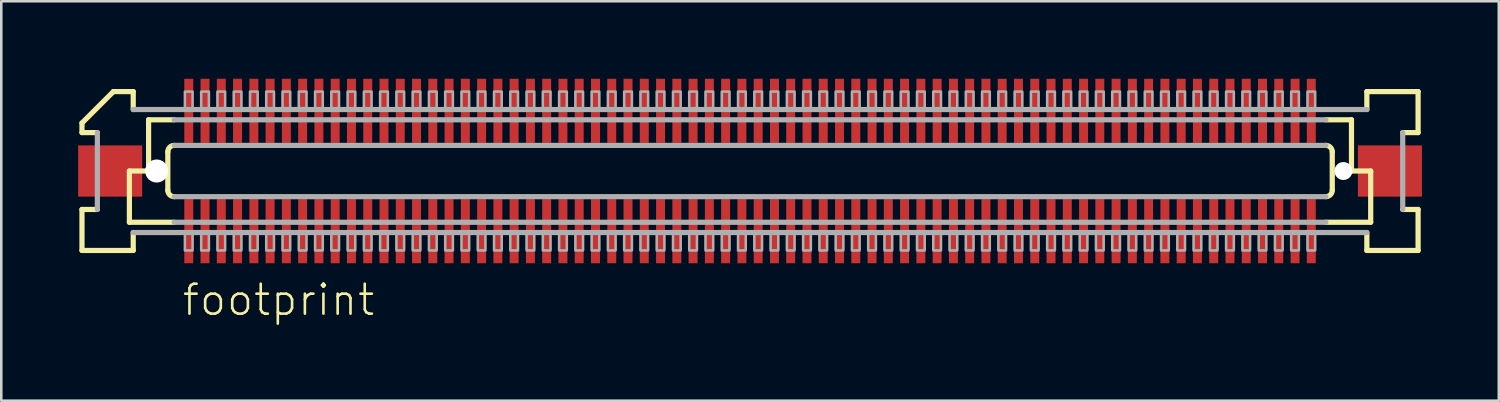
<source format=kicad_pcb>
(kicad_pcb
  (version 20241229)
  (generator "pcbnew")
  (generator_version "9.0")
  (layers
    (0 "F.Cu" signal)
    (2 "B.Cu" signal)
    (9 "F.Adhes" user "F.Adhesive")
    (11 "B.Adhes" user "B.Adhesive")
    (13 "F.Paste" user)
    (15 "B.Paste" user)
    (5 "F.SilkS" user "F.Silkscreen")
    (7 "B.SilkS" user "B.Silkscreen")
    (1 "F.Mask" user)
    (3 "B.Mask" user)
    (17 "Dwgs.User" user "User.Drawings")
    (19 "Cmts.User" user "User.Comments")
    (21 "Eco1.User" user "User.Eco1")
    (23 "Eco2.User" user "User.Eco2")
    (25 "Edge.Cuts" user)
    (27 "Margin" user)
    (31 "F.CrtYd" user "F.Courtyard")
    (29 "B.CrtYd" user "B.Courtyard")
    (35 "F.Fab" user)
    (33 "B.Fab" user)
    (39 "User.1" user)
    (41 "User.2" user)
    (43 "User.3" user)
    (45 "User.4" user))
  (footprint "footprint"
    (layer "F.Cu")
    (at 26.225 3.625)
    (property "Reference" "footprint" (at -22.225 5.715 0) (layer "F.SilkS") (effects (font (size 1.168 1.168) (thickness 0.102)) (justify left bottom)))
    (fp_poly (pts (xy -22.108 -1.075) (xy -21.707 -1.075) (xy -21.707 -3.625) (xy -22.108 -3.625)) (stroke (width 0) (type solid)) (fill yes) (layer "F.Mask"))
    (fp_poly (pts (xy -21.707 1.075) (xy -22.108 1.075) (xy -22.108 3.625) (xy -21.707 3.625)) (stroke (width 0) (type solid)) (fill yes) (layer "F.Mask"))
    (fp_poly (pts (xy -21.473 -1.075) (xy -21.073 -1.075) (xy -21.073 -3.625) (xy -21.473 -3.625)) (stroke (width 0) (type solid)) (fill yes) (layer "F.Mask"))
    (fp_poly (pts (xy -21.073 1.075) (xy -21.473 1.075) (xy -21.473 3.625) (xy -21.073 3.625)) (stroke (width 0) (type solid)) (fill yes) (layer "F.Mask"))
    (fp_poly (pts (xy -20.837 -1.075) (xy -20.438 -1.075) (xy -20.438 -3.625) (xy -20.837 -3.625)) (stroke (width 0) (type solid)) (fill yes) (layer "F.Mask"))
    (fp_poly (pts (xy -20.438 1.075) (xy -20.837 1.075) (xy -20.837 3.625) (xy -20.438 3.625)) (stroke (width 0) (type solid)) (fill yes) (layer "F.Mask"))
    (fp_poly (pts (xy -20.203 -1.075) (xy -19.802 -1.075) (xy -19.802 -3.625) (xy -20.203 -3.625)) (stroke (width 0) (type solid)) (fill yes) (layer "F.Mask"))
    (fp_poly (pts (xy -19.802 1.075) (xy -20.203 1.075) (xy -20.203 3.625) (xy -19.802 3.625)) (stroke (width 0) (type solid)) (fill yes) (layer "F.Mask"))
    (fp_poly (pts (xy -19.567 -1.075) (xy -19.168 -1.075) (xy -19.168 -3.625) (xy -19.567 -3.625)) (stroke (width 0) (type solid)) (fill yes) (layer "F.Mask"))
    (fp_poly (pts (xy -19.168 1.075) (xy -19.567 1.075) (xy -19.567 3.625) (xy -19.168 3.625)) (stroke (width 0) (type solid)) (fill yes) (layer "F.Mask"))
    (fp_poly (pts (xy -18.933 -1.075) (xy -18.532 -1.075) (xy -18.532 -3.625) (xy -18.933 -3.625)) (stroke (width 0) (type solid)) (fill yes) (layer "F.Mask"))
    (fp_poly (pts (xy -18.532 1.075) (xy -18.933 1.075) (xy -18.933 3.625) (xy -18.532 3.625)) (stroke (width 0) (type solid)) (fill yes) (layer "F.Mask"))
    (fp_poly (pts (xy -18.297 -1.075) (xy -17.898 -1.075) (xy -17.898 -3.625) (xy -18.297 -3.625)) (stroke (width 0) (type solid)) (fill yes) (layer "F.Mask"))
    (fp_poly (pts (xy -17.898 1.075) (xy -18.297 1.075) (xy -18.297 3.625) (xy -17.898 3.625)) (stroke (width 0) (type solid)) (fill yes) (layer "F.Mask"))
    (fp_poly (pts (xy -17.663 -1.075) (xy -17.262 -1.075) (xy -17.262 -3.625) (xy -17.663 -3.625)) (stroke (width 0) (type solid)) (fill yes) (layer "F.Mask"))
    (fp_poly (pts (xy -17.262 1.075) (xy -17.663 1.075) (xy -17.663 3.625) (xy -17.262 3.625)) (stroke (width 0) (type solid)) (fill yes) (layer "F.Mask"))
    (fp_poly (pts (xy -17.027 -1.075) (xy -16.628 -1.075) (xy -16.628 -3.625) (xy -17.027 -3.625)) (stroke (width 0) (type solid)) (fill yes) (layer "F.Mask"))
    (fp_poly (pts (xy -16.628 1.075) (xy -17.027 1.075) (xy -17.027 3.625) (xy -16.628 3.625)) (stroke (width 0) (type solid)) (fill yes) (layer "F.Mask"))
    (fp_poly (pts (xy -16.392 -1.075) (xy -15.992 -1.075) (xy -15.992 -3.625) (xy -16.392 -3.625)) (stroke (width 0) (type solid)) (fill yes) (layer "F.Mask"))
    (fp_poly (pts (xy -15.992 1.075) (xy -16.392 1.075) (xy -16.392 3.625) (xy -15.992 3.625)) (stroke (width 0) (type solid)) (fill yes) (layer "F.Mask"))
    (fp_poly (pts (xy -15.758 -1.075) (xy -15.357 -1.075) (xy -15.357 -3.625) (xy -15.758 -3.625)) (stroke (width 0) (type solid)) (fill yes) (layer "F.Mask"))
    (fp_poly (pts (xy -15.357 1.075) (xy -15.758 1.075) (xy -15.758 3.625) (xy -15.357 3.625)) (stroke (width 0) (type solid)) (fill yes) (layer "F.Mask"))
    (fp_poly (pts (xy -15.123 -1.075) (xy -14.723 -1.075) (xy -14.723 -3.625) (xy -15.123 -3.625)) (stroke (width 0) (type solid)) (fill yes) (layer "F.Mask"))
    (fp_poly (pts (xy -14.723 1.075) (xy -15.123 1.075) (xy -15.123 3.625) (xy -14.723 3.625)) (stroke (width 0) (type solid)) (fill yes) (layer "F.Mask"))
    (fp_poly (pts (xy -14.488 -1.075) (xy -14.088 -1.075) (xy -14.088 -3.625) (xy -14.488 -3.625)) (stroke (width 0) (type solid)) (fill yes) (layer "F.Mask"))
    (fp_poly (pts (xy -14.088 1.075) (xy -14.488 1.075) (xy -14.488 3.625) (xy -14.088 3.625)) (stroke (width 0) (type solid)) (fill yes) (layer "F.Mask"))
    (fp_poly (pts (xy -13.852 -1.075) (xy -13.453 -1.075) (xy -13.453 -3.625) (xy -13.852 -3.625)) (stroke (width 0) (type solid)) (fill yes) (layer "F.Mask"))
    (fp_poly (pts (xy -13.453 1.075) (xy -13.852 1.075) (xy -13.852 3.625) (xy -13.453 3.625)) (stroke (width 0) (type solid)) (fill yes) (layer "F.Mask"))
    (fp_poly (pts (xy -13.217 -1.075) (xy -12.818 -1.075) (xy -12.818 -3.625) (xy -13.217 -3.625)) (stroke (width 0) (type solid)) (fill yes) (layer "F.Mask"))
    (fp_poly (pts (xy -12.818 1.075) (xy -13.217 1.075) (xy -13.217 3.625) (xy -12.818 3.625)) (stroke (width 0) (type solid)) (fill yes) (layer "F.Mask"))
    (fp_poly (pts (xy -12.582 -1.075) (xy -12.182 -1.075) (xy -12.182 -3.625) (xy -12.582 -3.625)) (stroke (width 0) (type solid)) (fill yes) (layer "F.Mask"))
    (fp_poly (pts (xy -12.182 1.075) (xy -12.582 1.075) (xy -12.582 3.625) (xy -12.182 3.625)) (stroke (width 0) (type solid)) (fill yes) (layer "F.Mask"))
    (fp_poly (pts (xy -11.947 -1.075) (xy -11.547 -1.075) (xy -11.547 -3.625) (xy -11.947 -3.625)) (stroke (width 0) (type solid)) (fill yes) (layer "F.Mask"))
    (fp_poly (pts (xy -11.547 1.075) (xy -11.947 1.075) (xy -11.947 3.625) (xy -11.547 3.625)) (stroke (width 0) (type solid)) (fill yes) (layer "F.Mask"))
    (fp_poly (pts (xy -11.312 -1.075) (xy -10.912 -1.075) (xy -10.912 -3.625) (xy -11.312 -3.625)) (stroke (width 0) (type solid)) (fill yes) (layer "F.Mask"))
    (fp_poly (pts (xy -10.912 1.075) (xy -11.312 1.075) (xy -11.312 3.625) (xy -10.912 3.625)) (stroke (width 0) (type solid)) (fill yes) (layer "F.Mask"))
    (fp_poly (pts (xy -10.678 -1.075) (xy -10.277 -1.075) (xy -10.277 -3.625) (xy -10.678 -3.625)) (stroke (width 0) (type solid)) (fill yes) (layer "F.Mask"))
    (fp_poly (pts (xy -10.277 1.075) (xy -10.678 1.075) (xy -10.678 3.625) (xy -10.277 3.625)) (stroke (width 0) (type solid)) (fill yes) (layer "F.Mask"))
    (fp_poly (pts (xy -10.043 -1.075) (xy -9.643 -1.075) (xy -9.643 -3.625) (xy -10.043 -3.625)) (stroke (width 0) (type solid)) (fill yes) (layer "F.Mask"))
    (fp_poly (pts (xy -9.643 1.075) (xy -10.043 1.075) (xy -10.043 3.625) (xy -9.643 3.625)) (stroke (width 0) (type solid)) (fill yes) (layer "F.Mask"))
    (fp_poly (pts (xy -9.408 -1.075) (xy -9.008 -1.075) (xy -9.008 -3.625) (xy -9.408 -3.625)) (stroke (width 0) (type solid)) (fill yes) (layer "F.Mask"))
    (fp_poly (pts (xy -9.008 1.075) (xy -9.408 1.075) (xy -9.408 3.625) (xy -9.008 3.625)) (stroke (width 0) (type solid)) (fill yes) (layer "F.Mask"))
    (fp_poly (pts (xy -8.773 -1.075) (xy -8.373 -1.075) (xy -8.373 -3.625) (xy -8.773 -3.625)) (stroke (width 0) (type solid)) (fill yes) (layer "F.Mask"))
    (fp_poly (pts (xy -8.373 1.075) (xy -8.773 1.075) (xy -8.773 3.625) (xy -8.373 3.625)) (stroke (width 0) (type solid)) (fill yes) (layer "F.Mask"))
    (fp_poly (pts (xy -8.137 -1.075) (xy -7.737 -1.075) (xy -7.737 -3.625) (xy -8.137 -3.625)) (stroke (width 0) (type solid)) (fill yes) (layer "F.Mask"))
    (fp_poly (pts (xy -7.737 1.075) (xy -8.137 1.075) (xy -8.137 3.625) (xy -7.737 3.625)) (stroke (width 0) (type solid)) (fill yes) (layer "F.Mask"))
    (fp_poly (pts (xy -7.503 -1.075) (xy -7.103 -1.075) (xy -7.103 -3.625) (xy -7.503 -3.625)) (stroke (width 0) (type solid)) (fill yes) (layer "F.Mask"))
    (fp_poly (pts (xy -7.103 1.075) (xy -7.503 1.075) (xy -7.503 3.625) (xy -7.103 3.625)) (stroke (width 0) (type solid)) (fill yes) (layer "F.Mask"))
    (fp_poly (pts (xy -6.867 -1.075) (xy -6.468 -1.075) (xy -6.468 -3.625) (xy -6.867 -3.625)) (stroke (width 0) (type solid)) (fill yes) (layer "F.Mask"))
    (fp_poly (pts (xy -6.468 1.075) (xy -6.867 1.075) (xy -6.867 3.625) (xy -6.468 3.625)) (stroke (width 0) (type solid)) (fill yes) (layer "F.Mask"))
    (fp_poly (pts (xy -6.232 -1.075) (xy -5.832 -1.075) (xy -5.832 -3.625) (xy -6.232 -3.625)) (stroke (width 0) (type solid)) (fill yes) (layer "F.Mask"))
    (fp_poly (pts (xy -5.832 1.075) (xy -6.232 1.075) (xy -6.232 3.625) (xy -5.832 3.625)) (stroke (width 0) (type solid)) (fill yes) (layer "F.Mask"))
    (fp_poly (pts (xy -5.598 -1.075) (xy -5.197 -1.075) (xy -5.197 -3.625) (xy -5.598 -3.625)) (stroke (width 0) (type solid)) (fill yes) (layer "F.Mask"))
    (fp_poly (pts (xy -5.197 1.075) (xy -5.598 1.075) (xy -5.598 3.625) (xy -5.197 3.625)) (stroke (width 0) (type solid)) (fill yes) (layer "F.Mask"))
    (fp_poly (pts (xy -4.963 -1.075) (xy -4.562 -1.075) (xy -4.562 -3.625) (xy -4.963 -3.625)) (stroke (width 0) (type solid)) (fill yes) (layer "F.Mask"))
    (fp_poly (pts (xy -4.562 1.075) (xy -4.963 1.075) (xy -4.963 3.625) (xy -4.562 3.625)) (stroke (width 0) (type solid)) (fill yes) (layer "F.Mask"))
    (fp_poly (pts (xy -4.327 -1.075) (xy -3.928 -1.075) (xy -3.928 -3.625) (xy -4.327 -3.625)) (stroke (width 0) (type solid)) (fill yes) (layer "F.Mask"))
    (fp_poly (pts (xy -3.928 1.075) (xy -4.327 1.075) (xy -4.327 3.625) (xy -3.928 3.625)) (stroke (width 0) (type solid)) (fill yes) (layer "F.Mask"))
    (fp_poly (pts (xy -3.692 -1.075) (xy -3.292 -1.075) (xy -3.292 -3.625) (xy -3.692 -3.625)) (stroke (width 0) (type solid)) (fill yes) (layer "F.Mask"))
    (fp_poly (pts (xy -3.292 1.075) (xy -3.692 1.075) (xy -3.692 3.625) (xy -3.292 3.625)) (stroke (width 0) (type solid)) (fill yes) (layer "F.Mask"))
    (fp_poly (pts (xy -3.058 -1.075) (xy -2.658 -1.075) (xy -2.658 -3.625) (xy -3.058 -3.625)) (stroke (width 0) (type solid)) (fill yes) (layer "F.Mask"))
    (fp_poly (pts (xy -2.658 1.075) (xy -3.058 1.075) (xy -3.058 3.625) (xy -2.658 3.625)) (stroke (width 0) (type solid)) (fill yes) (layer "F.Mask"))
    (fp_poly (pts (xy -2.422 -1.075) (xy -2.022 -1.075) (xy -2.022 -3.625) (xy -2.422 -3.625)) (stroke (width 0) (type solid)) (fill yes) (layer "F.Mask"))
    (fp_poly (pts (xy -2.022 1.075) (xy -2.422 1.075) (xy -2.422 3.625) (xy -2.022 3.625)) (stroke (width 0) (type solid)) (fill yes) (layer "F.Mask"))
    (fp_poly (pts (xy -1.788 -1.075) (xy -1.387 -1.075) (xy -1.387 -3.625) (xy -1.788 -3.625)) (stroke (width 0) (type solid)) (fill yes) (layer "F.Mask"))
    (fp_poly (pts (xy -1.387 1.075) (xy -1.788 1.075) (xy -1.788 3.625) (xy -1.387 3.625)) (stroke (width 0) (type solid)) (fill yes) (layer "F.Mask"))
    (fp_poly (pts (xy -1.153 -1.075) (xy -0.752 -1.075) (xy -0.752 -3.625) (xy -1.153 -3.625)) (stroke (width 0) (type solid)) (fill yes) (layer "F.Mask"))
    (fp_poly (pts (xy -0.752 1.075) (xy -1.153 1.075) (xy -1.153 3.625) (xy -0.752 3.625)) (stroke (width 0) (type solid)) (fill yes) (layer "F.Mask"))
    (fp_poly (pts (xy -0.517 -1.075) (xy -0.117 -1.075) (xy -0.117 -3.625) (xy -0.517 -3.625)) (stroke (width 0) (type solid)) (fill yes) (layer "F.Mask"))
    (fp_poly (pts (xy -0.117 1.075) (xy -0.517 1.075) (xy -0.517 3.625) (xy -0.117 3.625)) (stroke (width 0) (type solid)) (fill yes) (layer "F.Mask"))
    (fp_poly (pts (xy 0.117 -1.075) (xy 0.517 -1.075) (xy 0.517 -3.625) (xy 0.117 -3.625)) (stroke (width 0) (type solid)) (fill yes) (layer "F.Mask"))
    (fp_poly (pts (xy 0.517 1.075) (xy 0.117 1.075) (xy 0.117 3.625) (xy 0.517 3.625)) (stroke (width 0) (type solid)) (fill yes) (layer "F.Mask"))
    (fp_poly (pts (xy 0.752 -1.075) (xy 1.153 -1.075) (xy 1.153 -3.625) (xy 0.752 -3.625)) (stroke (width 0) (type solid)) (fill yes) (layer "F.Mask"))
    (fp_poly (pts (xy 1.153 1.075) (xy 0.752 1.075) (xy 0.752 3.625) (xy 1.153 3.625)) (stroke (width 0) (type solid)) (fill yes) (layer "F.Mask"))
    (fp_poly (pts (xy 1.387 -1.075) (xy 1.788 -1.075) (xy 1.788 -3.625) (xy 1.387 -3.625)) (stroke (width 0) (type solid)) (fill yes) (layer "F.Mask"))
    (fp_poly (pts (xy 1.788 1.075) (xy 1.387 1.075) (xy 1.387 3.625) (xy 1.788 3.625)) (stroke (width 0) (type solid)) (fill yes) (layer "F.Mask"))
    (fp_poly (pts (xy 2.022 -1.075) (xy 2.422 -1.075) (xy 2.422 -3.625) (xy 2.022 -3.625)) (stroke (width 0) (type solid)) (fill yes) (layer "F.Mask"))
    (fp_poly (pts (xy 2.422 1.075) (xy 2.022 1.075) (xy 2.022 3.625) (xy 2.422 3.625)) (stroke (width 0) (type solid)) (fill yes) (layer "F.Mask"))
    (fp_poly (pts (xy 2.658 -1.075) (xy 3.058 -1.075) (xy 3.058 -3.625) (xy 2.658 -3.625)) (stroke (width 0) (type solid)) (fill yes) (layer "F.Mask"))
    (fp_poly (pts (xy 3.058 1.075) (xy 2.658 1.075) (xy 2.658 3.625) (xy 3.058 3.625)) (stroke (width 0) (type solid)) (fill yes) (layer "F.Mask"))
    (fp_poly (pts (xy 3.292 -1.075) (xy 3.692 -1.075) (xy 3.692 -3.625) (xy 3.292 -3.625)) (stroke (width 0) (type solid)) (fill yes) (layer "F.Mask"))
    (fp_poly (pts (xy 3.692 1.075) (xy 3.292 1.075) (xy 3.292 3.625) (xy 3.692 3.625)) (stroke (width 0) (type solid)) (fill yes) (layer "F.Mask"))
    (fp_poly (pts (xy 3.928 -1.075) (xy 4.327 -1.075) (xy 4.327 -3.625) (xy 3.928 -3.625)) (stroke (width 0) (type solid)) (fill yes) (layer "F.Mask"))
    (fp_poly (pts (xy 4.327 1.075) (xy 3.928 1.075) (xy 3.928 3.625) (xy 4.327 3.625)) (stroke (width 0) (type solid)) (fill yes) (layer "F.Mask"))
    (fp_poly (pts (xy 4.562 -1.075) (xy 4.963 -1.075) (xy 4.963 -3.625) (xy 4.562 -3.625)) (stroke (width 0) (type solid)) (fill yes) (layer "F.Mask"))
    (fp_poly (pts (xy 4.963 1.075) (xy 4.562 1.075) (xy 4.562 3.625) (xy 4.963 3.625)) (stroke (width 0) (type solid)) (fill yes) (layer "F.Mask"))
    (fp_poly (pts (xy 5.197 -1.075) (xy 5.598 -1.075) (xy 5.598 -3.625) (xy 5.197 -3.625)) (stroke (width 0) (type solid)) (fill yes) (layer "F.Mask"))
    (fp_poly (pts (xy 5.598 1.075) (xy 5.197 1.075) (xy 5.197 3.625) (xy 5.598 3.625)) (stroke (width 0) (type solid)) (fill yes) (layer "F.Mask"))
    (fp_poly (pts (xy 5.832 -1.075) (xy 6.232 -1.075) (xy 6.232 -3.625) (xy 5.832 -3.625)) (stroke (width 0) (type solid)) (fill yes) (layer "F.Mask"))
    (fp_poly (pts (xy 6.232 1.075) (xy 5.832 1.075) (xy 5.832 3.625) (xy 6.232 3.625)) (stroke (width 0) (type solid)) (fill yes) (layer "F.Mask"))
    (fp_poly (pts (xy 6.468 -1.075) (xy 6.867 -1.075) (xy 6.867 -3.625) (xy 6.468 -3.625)) (stroke (width 0) (type solid)) (fill yes) (layer "F.Mask"))
    (fp_poly (pts (xy 6.867 1.075) (xy 6.468 1.075) (xy 6.468 3.625) (xy 6.867 3.625)) (stroke (width 0) (type solid)) (fill yes) (layer "F.Mask"))
    (fp_poly (pts (xy 7.103 -1.075) (xy 7.503 -1.075) (xy 7.503 -3.625) (xy 7.103 -3.625)) (stroke (width 0) (type solid)) (fill yes) (layer "F.Mask"))
    (fp_poly (pts (xy 7.503 1.075) (xy 7.103 1.075) (xy 7.103 3.625) (xy 7.503 3.625)) (stroke (width 0) (type solid)) (fill yes) (layer "F.Mask"))
    (fp_poly (pts (xy 7.737 -1.075) (xy 8.137 -1.075) (xy 8.137 -3.625) (xy 7.737 -3.625)) (stroke (width 0) (type solid)) (fill yes) (layer "F.Mask"))
    (fp_poly (pts (xy 8.137 1.075) (xy 7.737 1.075) (xy 7.737 3.625) (xy 8.137 3.625)) (stroke (width 0) (type solid)) (fill yes) (layer "F.Mask"))
    (fp_poly (pts (xy 8.373 -1.075) (xy 8.773 -1.075) (xy 8.773 -3.625) (xy 8.373 -3.625)) (stroke (width 0) (type solid)) (fill yes) (layer "F.Mask"))
    (fp_poly (pts (xy 8.773 1.075) (xy 8.373 1.075) (xy 8.373 3.625) (xy 8.773 3.625)) (stroke (width 0) (type solid)) (fill yes) (layer "F.Mask"))
    (fp_poly (pts (xy 9.008 -1.075) (xy 9.408 -1.075) (xy 9.408 -3.625) (xy 9.008 -3.625)) (stroke (width 0) (type solid)) (fill yes) (layer "F.Mask"))
    (fp_poly (pts (xy 9.408 1.075) (xy 9.008 1.075) (xy 9.008 3.625) (xy 9.408 3.625)) (stroke (width 0) (type solid)) (fill yes) (layer "F.Mask"))
    (fp_poly (pts (xy 9.643 -1.075) (xy 10.043 -1.075) (xy 10.043 -3.625) (xy 9.643 -3.625)) (stroke (width 0) (type solid)) (fill yes) (layer "F.Mask"))
    (fp_poly (pts (xy 10.043 1.075) (xy 9.643 1.075) (xy 9.643 3.625) (xy 10.043 3.625)) (stroke (width 0) (type solid)) (fill yes) (layer "F.Mask"))
    (fp_poly (pts (xy 10.277 -1.075) (xy 10.678 -1.075) (xy 10.678 -3.625) (xy 10.277 -3.625)) (stroke (width 0) (type solid)) (fill yes) (layer "F.Mask"))
    (fp_poly (pts (xy 10.678 1.075) (xy 10.277 1.075) (xy 10.277 3.625) (xy 10.678 3.625)) (stroke (width 0) (type solid)) (fill yes) (layer "F.Mask"))
    (fp_poly (pts (xy 10.912 -1.075) (xy 11.312 -1.075) (xy 11.312 -3.625) (xy 10.912 -3.625)) (stroke (width 0) (type solid)) (fill yes) (layer "F.Mask"))
    (fp_poly (pts (xy 11.312 1.075) (xy 10.912 1.075) (xy 10.912 3.625) (xy 11.312 3.625)) (stroke (width 0) (type solid)) (fill yes) (layer "F.Mask"))
    (fp_poly (pts (xy 11.547 -1.075) (xy 11.947 -1.075) (xy 11.947 -3.625) (xy 11.547 -3.625)) (stroke (width 0) (type solid)) (fill yes) (layer "F.Mask"))
    (fp_poly (pts (xy 11.947 1.075) (xy 11.547 1.075) (xy 11.547 3.625) (xy 11.947 3.625)) (stroke (width 0) (type solid)) (fill yes) (layer "F.Mask"))
    (fp_poly (pts (xy 12.182 -1.075) (xy 12.582 -1.075) (xy 12.582 -3.625) (xy 12.182 -3.625)) (stroke (width 0) (type solid)) (fill yes) (layer "F.Mask"))
    (fp_poly (pts (xy 12.582 1.075) (xy 12.182 1.075) (xy 12.182 3.625) (xy 12.582 3.625)) (stroke (width 0) (type solid)) (fill yes) (layer "F.Mask"))
    (fp_poly (pts (xy 12.818 -1.075) (xy 13.217 -1.075) (xy 13.217 -3.625) (xy 12.818 -3.625)) (stroke (width 0) (type solid)) (fill yes) (layer "F.Mask"))
    (fp_poly (pts (xy 13.217 1.075) (xy 12.818 1.075) (xy 12.818 3.625) (xy 13.217 3.625)) (stroke (width 0) (type solid)) (fill yes) (layer "F.Mask"))
    (fp_poly (pts (xy 13.453 -1.075) (xy 13.852 -1.075) (xy 13.852 -3.625) (xy 13.453 -3.625)) (stroke (width 0) (type solid)) (fill yes) (layer "F.Mask"))
    (fp_poly (pts (xy 13.852 1.075) (xy 13.453 1.075) (xy 13.453 3.625) (xy 13.852 3.625)) (stroke (width 0) (type solid)) (fill yes) (layer "F.Mask"))
    (fp_poly (pts (xy 14.088 -1.075) (xy 14.488 -1.075) (xy 14.488 -3.625) (xy 14.088 -3.625)) (stroke (width 0) (type solid)) (fill yes) (layer "F.Mask"))
    (fp_poly (pts (xy 14.488 1.075) (xy 14.088 1.075) (xy 14.088 3.625) (xy 14.488 3.625)) (stroke (width 0) (type solid)) (fill yes) (layer "F.Mask"))
    (fp_poly (pts (xy 14.723 -1.075) (xy 15.123 -1.075) (xy 15.123 -3.625) (xy 14.723 -3.625)) (stroke (width 0) (type solid)) (fill yes) (layer "F.Mask"))
    (fp_poly (pts (xy 15.123 1.075) (xy 14.723 1.075) (xy 14.723 3.625) (xy 15.123 3.625)) (stroke (width 0) (type solid)) (fill yes) (layer "F.Mask"))
    (fp_poly (pts (xy 15.357 -1.075) (xy 15.758 -1.075) (xy 15.758 -3.625) (xy 15.357 -3.625)) (stroke (width 0) (type solid)) (fill yes) (layer "F.Mask"))
    (fp_poly (pts (xy 15.758 1.075) (xy 15.357 1.075) (xy 15.357 3.625) (xy 15.758 3.625)) (stroke (width 0) (type solid)) (fill yes) (layer "F.Mask"))
    (fp_poly (pts (xy 15.992 -1.075) (xy 16.392 -1.075) (xy 16.392 -3.625) (xy 15.992 -3.625)) (stroke (width 0) (type solid)) (fill yes) (layer "F.Mask"))
    (fp_poly (pts (xy 16.392 1.075) (xy 15.992 1.075) (xy 15.992 3.625) (xy 16.392 3.625)) (stroke (width 0) (type solid)) (fill yes) (layer "F.Mask"))
    (fp_poly (pts (xy 16.628 -1.075) (xy 17.027 -1.075) (xy 17.027 -3.625) (xy 16.628 -3.625)) (stroke (width 0) (type solid)) (fill yes) (layer "F.Mask"))
    (fp_poly (pts (xy 17.027 1.075) (xy 16.628 1.075) (xy 16.628 3.625) (xy 17.027 3.625)) (stroke (width 0) (type solid)) (fill yes) (layer "F.Mask"))
    (fp_poly (pts (xy 17.262 -1.075) (xy 17.663 -1.075) (xy 17.663 -3.625) (xy 17.262 -3.625)) (stroke (width 0) (type solid)) (fill yes) (layer "F.Mask"))
    (fp_poly (pts (xy 17.663 1.075) (xy 17.262 1.075) (xy 17.262 3.625) (xy 17.663 3.625)) (stroke (width 0) (type solid)) (fill yes) (layer "F.Mask"))
    (fp_poly (pts (xy 17.898 -1.075) (xy 18.297 -1.075) (xy 18.297 -3.625) (xy 17.898 -3.625)) (stroke (width 0) (type solid)) (fill yes) (layer "F.Mask"))
    (fp_poly (pts (xy 18.297 1.075) (xy 17.898 1.075) (xy 17.898 3.625) (xy 18.297 3.625)) (stroke (width 0) (type solid)) (fill yes) (layer "F.Mask"))
    (fp_poly (pts (xy 18.532 -1.075) (xy 18.933 -1.075) (xy 18.933 -3.625) (xy 18.532 -3.625)) (stroke (width 0) (type solid)) (fill yes) (layer "F.Mask"))
    (fp_poly (pts (xy 18.933 1.075) (xy 18.532 1.075) (xy 18.532 3.625) (xy 18.933 3.625)) (stroke (width 0) (type solid)) (fill yes) (layer "F.Mask"))
    (fp_poly (pts (xy 19.168 -1.075) (xy 19.567 -1.075) (xy 19.567 -3.625) (xy 19.168 -3.625)) (stroke (width 0) (type solid)) (fill yes) (layer "F.Mask"))
    (fp_poly (pts (xy 19.567 1.075) (xy 19.168 1.075) (xy 19.168 3.625) (xy 19.567 3.625)) (stroke (width 0) (type solid)) (fill yes) (layer "F.Mask"))
    (fp_poly (pts (xy 19.802 -1.075) (xy 20.203 -1.075) (xy 20.203 -3.625) (xy 19.802 -3.625)) (stroke (width 0) (type solid)) (fill yes) (layer "F.Mask"))
    (fp_poly (pts (xy 20.203 1.075) (xy 19.802 1.075) (xy 19.802 3.625) (xy 20.203 3.625)) (stroke (width 0) (type solid)) (fill yes) (layer "F.Mask"))
    (fp_poly (pts (xy 20.438 -1.075) (xy 20.837 -1.075) (xy 20.837 -3.625) (xy 20.438 -3.625)) (stroke (width 0) (type solid)) (fill yes) (layer "F.Mask"))
    (fp_poly (pts (xy 20.837 1.075) (xy 20.438 1.075) (xy 20.438 3.625) (xy 20.837 3.625)) (stroke (width 0) (type solid)) (fill yes) (layer "F.Mask"))
    (fp_poly (pts (xy 21.073 -1.075) (xy 21.473 -1.075) (xy 21.473 -3.625) (xy 21.073 -3.625)) (stroke (width 0) (type solid)) (fill yes) (layer "F.Mask"))
    (fp_poly (pts (xy 21.473 1.075) (xy 21.073 1.075) (xy 21.073 3.625) (xy 21.473 3.625)) (stroke (width 0) (type solid)) (fill yes) (layer "F.Mask"))
    (fp_poly (pts (xy 21.707 -1.075) (xy 22.108 -1.075) (xy 22.108 -3.625) (xy 21.707 -3.625)) (stroke (width 0) (type solid)) (fill yes) (layer "F.Mask"))
    (fp_poly (pts (xy 22.108 1.075) (xy 21.707 1.075) (xy 21.707 3.625) (xy 22.108 3.625)) (stroke (width 0) (type solid)) (fill yes) (layer "F.Mask"))
    (fp_line (start -26.075 -1.5) (end -26.075 -1.875) (stroke (width 0.203) (type solid)) (layer "F.SilkS"))
    (fp_line (start -26.075 1.5) (end -25.475 1.5) (stroke (width 0.203) (type solid)) (layer "F.SilkS"))
    (fp_line (start -26.075 3.1) (end -26.075 1.5) (stroke (width 0.203) (type solid)) (layer "F.SilkS"))
    (fp_line (start -25.475 -1.5) (end -26.075 -1.5) (stroke (width 0.203) (type solid)) (layer "F.SilkS"))
    (fp_line (start -24.85 -3.1) (end -26.075 -1.875) (stroke (width 0.203) (type solid)) (layer "F.SilkS"))
    (fp_line (start -24.85 -3.1) (end -24.075 -3.1) (stroke (width 0.203) (type solid)) (layer "F.SilkS"))
    (fp_line (start -24.225 0) (end -24.225 2) (stroke (width 0.203) (type solid)) (layer "F.SilkS"))
    (fp_line (start -24.225 2) (end -22.475 2) (stroke (width 0.203) (type solid)) (layer "F.SilkS"))
    (fp_line (start -24.075 -3.1) (end -24.075 -2.4) (stroke (width 0.203) (type solid)) (layer "F.SilkS"))
    (fp_line (start -24.075 2.4) (end -24.075 3.1) (stroke (width 0.203) (type solid)) (layer "F.SilkS"))
    (fp_line (start -24.075 3.1) (end -26.075 3.1) (stroke (width 0.203) (type solid)) (layer "F.SilkS"))
    (fp_line (start -23.475 -2) (end -23.475 0) (stroke (width 0.203) (type solid)) (layer "F.SilkS"))
    (fp_line (start -23.475 0) (end -24.225 0) (stroke (width 0.203) (type solid)) (layer "F.SilkS"))
    (fp_line (start -22.725 0.75) (end -22.725 -0.75) (stroke (width 0.203) (type solid)) (layer "F.SilkS"))
    (fp_line (start -22.475 -2) (end -23.475 -2) (stroke (width 0.203) (type solid)) (layer "F.SilkS"))
    (fp_line (start 22.475 2) (end 24.225 2) (stroke (width 0.203) (type solid)) (layer "F.SilkS"))
    (fp_line (start 22.725 -0.75) (end 22.725 0.75) (stroke (width 0.203) (type solid)) (layer "F.SilkS"))
    (fp_line (start 23.475 -2) (end 22.475 -2) (stroke (width 0.203) (type solid)) (layer "F.SilkS"))
    (fp_line (start 23.475 -2) (end 23.475 0) (stroke (width 0.203) (type solid)) (layer "F.SilkS"))
    (fp_line (start 24.075 -3.1) (end 26.075 -3.1) (stroke (width 0.203) (type solid)) (layer "F.SilkS"))
    (fp_line (start 24.075 -2.4) (end 24.075 -3.1) (stroke (width 0.203) (type solid)) (layer "F.SilkS"))
    (fp_line (start 24.075 3.1) (end 24.075 2.4) (stroke (width 0.203) (type solid)) (layer "F.SilkS"))
    (fp_line (start 24.225 0) (end 23.475 0) (stroke (width 0.203) (type solid)) (layer "F.SilkS"))
    (fp_line (start 24.225 0) (end 24.225 2) (stroke (width 0.203) (type solid)) (layer "F.SilkS"))
    (fp_line (start 25.475 1.5) (end 26.075 1.5) (stroke (width 0.203) (type solid)) (layer "F.SilkS"))
    (fp_line (start 26.075 -3.1) (end 26.075 -1.5) (stroke (width 0.203) (type solid)) (layer "F.SilkS"))
    (fp_line (start 26.075 -1.5) (end 25.475 -1.5) (stroke (width 0.203) (type solid)) (layer "F.SilkS"))
    (fp_line (start 26.075 1.5) (end 26.075 3.1) (stroke (width 0.203) (type solid)) (layer "F.SilkS"))
    (fp_line (start 26.075 3.1) (end 24.075 3.1) (stroke (width 0.203) (type solid)) (layer "F.SilkS"))
    (fp_arc (start -22.725 -0.75) (mid -22.651777 -0.926777) (end -22.475 -1) (stroke (width 0.2032) (type solid)) (layer "F.SilkS"))
    (fp_arc (start -22.475 1) (mid -22.651777 0.926777) (end -22.725 0.75) (stroke (width 0.2032) (type solid)) (layer "F.SilkS"))
    (fp_arc (start 22.475 -1) (mid 22.651777 -0.926777) (end 22.725 -0.75) (stroke (width 0.2032) (type solid)) (layer "F.SilkS"))
    (fp_arc (start 22.725 0.75) (mid 22.651777 0.926777) (end 22.475 1) (stroke (width 0.2032) (type solid)) (layer "F.SilkS"))
    (fp_line (start -25.475 1.5) (end -25.475 -1.5) (stroke (width 0.203) (type solid)) (layer "F.Fab"))
    (fp_line (start -24.075 -2.4) (end 24.075 -2.4) (stroke (width 0.203) (type solid)) (layer "F.Fab"))
    (fp_line (start -22.475 -1) (end 22.475 -1) (stroke (width 0.203) (type solid)) (layer "F.Fab"))
    (fp_line (start -22.475 2) (end 22.475 2) (stroke (width 0.203) (type solid)) (layer "F.Fab"))
    (fp_line (start 22.475 -2) (end -22.475 -2) (stroke (width 0.203) (type solid)) (layer "F.Fab"))
    (fp_line (start 22.475 1) (end -22.475 1) (stroke (width 0.203) (type solid)) (layer "F.Fab"))
    (fp_line (start 24.075 2.4) (end -24.075 2.4) (stroke (width 0.203) (type solid)) (layer "F.Fab"))
    (fp_line (start 25.475 -1.5) (end 25.475 1.5) (stroke (width 0.203) (type solid)) (layer "F.Fab"))
    (fp_poly (pts (xy -22.058 3.1) (xy -21.758 3.1) (xy -21.758 2.375) (xy -22.058 2.375)) (stroke (width 0.1) (type solid)) (fill no) (layer "F.Fab"))
    (fp_poly (pts (xy -21.758 -3.1) (xy -22.058 -3.1) (xy -22.058 -2.375) (xy -21.758 -2.375)) (stroke (width 0.1) (type solid)) (fill no) (layer "F.Fab"))
    (fp_poly (pts (xy -21.422 3.1) (xy -21.122 3.1) (xy -21.122 2.375) (xy -21.422 2.375)) (stroke (width 0.1) (type solid)) (fill no) (layer "F.Fab"))
    (fp_poly (pts (xy -21.122 -3.1) (xy -21.422 -3.1) (xy -21.422 -2.375) (xy -21.122 -2.375)) (stroke (width 0.1) (type solid)) (fill no) (layer "F.Fab"))
    (fp_poly (pts (xy -20.788 3.1) (xy -20.488 3.1) (xy -20.488 2.375) (xy -20.788 2.375)) (stroke (width 0.1) (type solid)) (fill no) (layer "F.Fab"))
    (fp_poly (pts (xy -20.488 -3.1) (xy -20.788 -3.1) (xy -20.788 -2.375) (xy -20.488 -2.375)) (stroke (width 0.1) (type solid)) (fill no) (layer "F.Fab"))
    (fp_poly (pts (xy -20.152 3.1) (xy -19.852 3.1) (xy -19.852 2.375) (xy -20.152 2.375)) (stroke (width 0.1) (type solid)) (fill no) (layer "F.Fab"))
    (fp_poly (pts (xy -19.852 -3.1) (xy -20.152 -3.1) (xy -20.152 -2.375) (xy -19.852 -2.375)) (stroke (width 0.1) (type solid)) (fill no) (layer "F.Fab"))
    (fp_poly (pts (xy -19.517 3.1) (xy -19.218 3.1) (xy -19.218 2.375) (xy -19.517 2.375)) (stroke (width 0.1) (type solid)) (fill no) (layer "F.Fab"))
    (fp_poly (pts (xy -19.218 -3.1) (xy -19.517 -3.1) (xy -19.517 -2.375) (xy -19.218 -2.375)) (stroke (width 0.1) (type solid)) (fill no) (layer "F.Fab"))
    (fp_poly (pts (xy -18.883 3.1) (xy -18.582 3.1) (xy -18.582 2.375) (xy -18.883 2.375)) (stroke (width 0.1) (type solid)) (fill no) (layer "F.Fab"))
    (fp_poly (pts (xy -18.582 -3.1) (xy -18.883 -3.1) (xy -18.883 -2.375) (xy -18.582 -2.375)) (stroke (width 0.1) (type solid)) (fill no) (layer "F.Fab"))
    (fp_poly (pts (xy -18.247 3.1) (xy -17.948 3.1) (xy -17.948 2.375) (xy -18.247 2.375)) (stroke (width 0.1) (type solid)) (fill no) (layer "F.Fab"))
    (fp_poly (pts (xy -17.948 -3.1) (xy -18.247 -3.1) (xy -18.247 -2.375) (xy -17.948 -2.375)) (stroke (width 0.1) (type solid)) (fill no) (layer "F.Fab"))
    (fp_poly (pts (xy -17.613 3.1) (xy -17.312 3.1) (xy -17.312 2.375) (xy -17.613 2.375)) (stroke (width 0.1) (type solid)) (fill no) (layer "F.Fab"))
    (fp_poly (pts (xy -17.312 -3.1) (xy -17.613 -3.1) (xy -17.613 -2.375) (xy -17.312 -2.375)) (stroke (width 0.1) (type solid)) (fill no) (layer "F.Fab"))
    (fp_poly (pts (xy -16.977 3.1) (xy -16.677 3.1) (xy -16.677 2.375) (xy -16.977 2.375)) (stroke (width 0.1) (type solid)) (fill no) (layer "F.Fab"))
    (fp_poly (pts (xy -16.677 -3.1) (xy -16.977 -3.1) (xy -16.977 -2.375) (xy -16.677 -2.375)) (stroke (width 0.1) (type solid)) (fill no) (layer "F.Fab"))
    (fp_poly (pts (xy -16.343 3.1) (xy -16.043 3.1) (xy -16.043 2.375) (xy -16.343 2.375)) (stroke (width 0.1) (type solid)) (fill no) (layer "F.Fab"))
    (fp_poly (pts (xy -16.043 -3.1) (xy -16.343 -3.1) (xy -16.343 -2.375) (xy -16.043 -2.375)) (stroke (width 0.1) (type solid)) (fill no) (layer "F.Fab"))
    (fp_poly (pts (xy -15.707 3.1) (xy -15.408 3.1) (xy -15.408 2.375) (xy -15.707 2.375)) (stroke (width 0.1) (type solid)) (fill no) (layer "F.Fab"))
    (fp_poly (pts (xy -15.408 -3.1) (xy -15.707 -3.1) (xy -15.707 -2.375) (xy -15.408 -2.375)) (stroke (width 0.1) (type solid)) (fill no) (layer "F.Fab"))
    (fp_poly (pts (xy -15.072 3.1) (xy -14.773 3.1) (xy -14.773 2.375) (xy -15.072 2.375)) (stroke (width 0.1) (type solid)) (fill no) (layer "F.Fab"))
    (fp_poly (pts (xy -14.773 -3.1) (xy -15.072 -3.1) (xy -15.072 -2.375) (xy -14.773 -2.375)) (stroke (width 0.1) (type solid)) (fill no) (layer "F.Fab"))
    (fp_poly (pts (xy -14.438 3.1) (xy -14.137 3.1) (xy -14.137 2.375) (xy -14.438 2.375)) (stroke (width 0.1) (type solid)) (fill no) (layer "F.Fab"))
    (fp_poly (pts (xy -14.137 -3.1) (xy -14.438 -3.1) (xy -14.438 -2.375) (xy -14.137 -2.375)) (stroke (width 0.1) (type solid)) (fill no) (layer "F.Fab"))
    (fp_poly (pts (xy -13.803 3.1) (xy -13.502 3.1) (xy -13.502 2.375) (xy -13.803 2.375)) (stroke (width 0.1) (type solid)) (fill no) (layer "F.Fab"))
    (fp_poly (pts (xy -13.502 -3.1) (xy -13.803 -3.1) (xy -13.803 -2.375) (xy -13.502 -2.375)) (stroke (width 0.1) (type solid)) (fill no) (layer "F.Fab"))
    (fp_poly (pts (xy -13.168 3.1) (xy -12.867 3.1) (xy -12.867 2.375) (xy -13.168 2.375)) (stroke (width 0.1) (type solid)) (fill no) (layer "F.Fab"))
    (fp_poly (pts (xy -12.867 -3.1) (xy -13.168 -3.1) (xy -13.168 -2.375) (xy -12.867 -2.375)) (stroke (width 0.1) (type solid)) (fill no) (layer "F.Fab"))
    (fp_poly (pts (xy -12.533 3.1) (xy -12.232 3.1) (xy -12.232 2.375) (xy -12.533 2.375)) (stroke (width 0.1) (type solid)) (fill no) (layer "F.Fab"))
    (fp_poly (pts (xy -12.232 -3.1) (xy -12.533 -3.1) (xy -12.533 -2.375) (xy -12.232 -2.375)) (stroke (width 0.1) (type solid)) (fill no) (layer "F.Fab"))
    (fp_poly (pts (xy -11.898 3.1) (xy -11.598 3.1) (xy -11.598 2.375) (xy -11.898 2.375)) (stroke (width 0.1) (type solid)) (fill no) (layer "F.Fab"))
    (fp_poly (pts (xy -11.598 -3.1) (xy -11.898 -3.1) (xy -11.898 -2.375) (xy -11.598 -2.375)) (stroke (width 0.1) (type solid)) (fill no) (layer "F.Fab"))
    (fp_poly (pts (xy -11.262 3.1) (xy -10.963 3.1) (xy -10.963 2.375) (xy -11.262 2.375)) (stroke (width 0.1) (type solid)) (fill no) (layer "F.Fab"))
    (fp_poly (pts (xy -10.963 -3.1) (xy -11.262 -3.1) (xy -11.262 -2.375) (xy -10.963 -2.375)) (stroke (width 0.1) (type solid)) (fill no) (layer "F.Fab"))
    (fp_poly (pts (xy -10.627 3.1) (xy -10.328 3.1) (xy -10.328 2.375) (xy -10.627 2.375)) (stroke (width 0.1) (type solid)) (fill no) (layer "F.Fab"))
    (fp_poly (pts (xy -10.328 -3.1) (xy -10.627 -3.1) (xy -10.627 -2.375) (xy -10.328 -2.375)) (stroke (width 0.1) (type solid)) (fill no) (layer "F.Fab"))
    (fp_poly (pts (xy -9.992 3.1) (xy -9.693 3.1) (xy -9.693 2.375) (xy -9.992 2.375)) (stroke (width 0.1) (type solid)) (fill no) (layer "F.Fab"))
    (fp_poly (pts (xy -9.693 -3.1) (xy -9.992 -3.1) (xy -9.992 -2.375) (xy -9.693 -2.375)) (stroke (width 0.1) (type solid)) (fill no) (layer "F.Fab"))
    (fp_poly (pts (xy -9.357 3.1) (xy -9.057 3.1) (xy -9.057 2.375) (xy -9.357 2.375)) (stroke (width 0.1) (type solid)) (fill no) (layer "F.Fab"))
    (fp_poly (pts (xy -9.057 -3.1) (xy -9.357 -3.1) (xy -9.357 -2.375) (xy -9.057 -2.375)) (stroke (width 0.1) (type solid)) (fill no) (layer "F.Fab"))
    (fp_poly (pts (xy -8.723 3.1) (xy -8.422 3.1) (xy -8.422 2.375) (xy -8.723 2.375)) (stroke (width 0.1) (type solid)) (fill no) (layer "F.Fab"))
    (fp_poly (pts (xy -8.422 -3.1) (xy -8.723 -3.1) (xy -8.723 -2.375) (xy -8.422 -2.375)) (stroke (width 0.1) (type solid)) (fill no) (layer "F.Fab"))
    (fp_poly (pts (xy -8.088 3.1) (xy -7.787 3.1) (xy -7.787 2.375) (xy -8.088 2.375)) (stroke (width 0.1) (type solid)) (fill no) (layer "F.Fab"))
    (fp_poly (pts (xy -7.787 -3.1) (xy -8.088 -3.1) (xy -8.088 -2.375) (xy -7.787 -2.375)) (stroke (width 0.1) (type solid)) (fill no) (layer "F.Fab"))
    (fp_poly (pts (xy -7.452 3.1) (xy -7.152 3.1) (xy -7.152 2.375) (xy -7.452 2.375)) (stroke (width 0.1) (type solid)) (fill no) (layer "F.Fab"))
    (fp_poly (pts (xy -7.152 -3.1) (xy -7.452 -3.1) (xy -7.452 -2.375) (xy -7.152 -2.375)) (stroke (width 0.1) (type solid)) (fill no) (layer "F.Fab"))
    (fp_poly (pts (xy -6.817 3.1) (xy -6.518 3.1) (xy -6.518 2.375) (xy -6.817 2.375)) (stroke (width 0.1) (type solid)) (fill no) (layer "F.Fab"))
    (fp_poly (pts (xy -6.518 -3.1) (xy -6.817 -3.1) (xy -6.817 -2.375) (xy -6.518 -2.375)) (stroke (width 0.1) (type solid)) (fill no) (layer "F.Fab"))
    (fp_poly (pts (xy -6.183 3.1) (xy -5.883 3.1) (xy -5.883 2.375) (xy -6.183 2.375)) (stroke (width 0.1) (type solid)) (fill no) (layer "F.Fab"))
    (fp_poly (pts (xy -5.883 -3.1) (xy -6.183 -3.1) (xy -6.183 -2.375) (xy -5.883 -2.375)) (stroke (width 0.1) (type solid)) (fill no) (layer "F.Fab"))
    (fp_poly (pts (xy -5.548 3.1) (xy -5.247 3.1) (xy -5.247 2.375) (xy -5.548 2.375)) (stroke (width 0.1) (type solid)) (fill no) (layer "F.Fab"))
    (fp_poly (pts (xy -5.247 -3.1) (xy -5.548 -3.1) (xy -5.548 -2.375) (xy -5.247 -2.375)) (stroke (width 0.1) (type solid)) (fill no) (layer "F.Fab"))
    (fp_poly (pts (xy -4.912 3.1) (xy -4.612 3.1) (xy -4.612 2.375) (xy -4.912 2.375)) (stroke (width 0.1) (type solid)) (fill no) (layer "F.Fab"))
    (fp_poly (pts (xy -4.612 -3.1) (xy -4.912 -3.1) (xy -4.912 -2.375) (xy -4.612 -2.375)) (stroke (width 0.1) (type solid)) (fill no) (layer "F.Fab"))
    (fp_poly (pts (xy -4.277 3.1) (xy -3.978 3.1) (xy -3.978 2.375) (xy -4.277 2.375)) (stroke (width 0.1) (type solid)) (fill no) (layer "F.Fab"))
    (fp_poly (pts (xy -3.978 -3.1) (xy -4.277 -3.1) (xy -4.277 -2.375) (xy -3.978 -2.375)) (stroke (width 0.1) (type solid)) (fill no) (layer "F.Fab"))
    (fp_poly (pts (xy -3.643 3.1) (xy -3.342 3.1) (xy -3.342 2.375) (xy -3.643 2.375)) (stroke (width 0.1) (type solid)) (fill no) (layer "F.Fab"))
    (fp_poly (pts (xy -3.342 -3.1) (xy -3.643 -3.1) (xy -3.643 -2.375) (xy -3.342 -2.375)) (stroke (width 0.1) (type solid)) (fill no) (layer "F.Fab"))
    (fp_poly (pts (xy -3.007 3.1) (xy -2.708 3.1) (xy -2.708 2.375) (xy -3.007 2.375)) (stroke (width 0.1) (type solid)) (fill no) (layer "F.Fab"))
    (fp_poly (pts (xy -2.708 -3.1) (xy -3.007 -3.1) (xy -3.007 -2.375) (xy -2.708 -2.375)) (stroke (width 0.1) (type solid)) (fill no) (layer "F.Fab"))
    (fp_poly (pts (xy -2.373 3.1) (xy -2.072 3.1) (xy -2.072 2.375) (xy -2.373 2.375)) (stroke (width 0.1) (type solid)) (fill no) (layer "F.Fab"))
    (fp_poly (pts (xy -2.072 -3.1) (xy -2.373 -3.1) (xy -2.373 -2.375) (xy -2.072 -2.375)) (stroke (width 0.1) (type solid)) (fill no) (layer "F.Fab"))
    (fp_poly (pts (xy -1.738 3.1) (xy -1.438 3.1) (xy -1.438 2.375) (xy -1.738 2.375)) (stroke (width 0.1) (type solid)) (fill no) (layer "F.Fab"))
    (fp_poly (pts (xy -1.438 -3.1) (xy -1.738 -3.1) (xy -1.738 -2.375) (xy -1.438 -2.375)) (stroke (width 0.1) (type solid)) (fill no) (layer "F.Fab"))
    (fp_poly (pts (xy -1.103 3.1) (xy -0.802 3.1) (xy -0.802 2.375) (xy -1.103 2.375)) (stroke (width 0.1) (type solid)) (fill no) (layer "F.Fab"))
    (fp_poly (pts (xy -0.802 -3.1) (xy -1.103 -3.1) (xy -1.103 -2.375) (xy -0.802 -2.375)) (stroke (width 0.1) (type solid)) (fill no) (layer "F.Fab"))
    (fp_poly (pts (xy -0.468 3.1) (xy -0.168 3.1) (xy -0.168 2.375) (xy -0.468 2.375)) (stroke (width 0.1) (type solid)) (fill no) (layer "F.Fab"))
    (fp_poly (pts (xy -0.168 -3.1) (xy -0.468 -3.1) (xy -0.468 -2.375) (xy -0.168 -2.375)) (stroke (width 0.1) (type solid)) (fill no) (layer "F.Fab"))
    (fp_poly (pts (xy 0.168 3.1) (xy 0.468 3.1) (xy 0.468 2.375) (xy 0.168 2.375)) (stroke (width 0.1) (type solid)) (fill no) (layer "F.Fab"))
    (fp_poly (pts (xy 0.468 -3.1) (xy 0.168 -3.1) (xy 0.168 -2.375) (xy 0.468 -2.375)) (stroke (width 0.1) (type solid)) (fill no) (layer "F.Fab"))
    (fp_poly (pts (xy 0.802 3.1) (xy 1.103 3.1) (xy 1.103 2.375) (xy 0.802 2.375)) (stroke (width 0.1) (type solid)) (fill no) (layer "F.Fab"))
    (fp_poly (pts (xy 1.103 -3.1) (xy 0.802 -3.1) (xy 0.802 -2.375) (xy 1.103 -2.375)) (stroke (width 0.1) (type solid)) (fill no) (layer "F.Fab"))
    (fp_poly (pts (xy 1.438 3.1) (xy 1.738 3.1) (xy 1.738 2.375) (xy 1.438 2.375)) (stroke (width 0.1) (type solid)) (fill no) (layer "F.Fab"))
    (fp_poly (pts (xy 1.738 -3.1) (xy 1.438 -3.1) (xy 1.438 -2.375) (xy 1.738 -2.375)) (stroke (width 0.1) (type solid)) (fill no) (layer "F.Fab"))
    (fp_poly (pts (xy 2.072 3.1) (xy 2.373 3.1) (xy 2.373 2.375) (xy 2.072 2.375)) (stroke (width 0.1) (type solid)) (fill no) (layer "F.Fab"))
    (fp_poly (pts (xy 2.373 -3.1) (xy 2.072 -3.1) (xy 2.072 -2.375) (xy 2.373 -2.375)) (stroke (width 0.1) (type solid)) (fill no) (layer "F.Fab"))
    (fp_poly (pts (xy 2.708 3.1) (xy 3.007 3.1) (xy 3.007 2.375) (xy 2.708 2.375)) (stroke (width 0.1) (type solid)) (fill no) (layer "F.Fab"))
    (fp_poly (pts (xy 3.007 -3.1) (xy 2.708 -3.1) (xy 2.708 -2.375) (xy 3.007 -2.375)) (stroke (width 0.1) (type solid)) (fill no) (layer "F.Fab"))
    (fp_poly (pts (xy 3.342 3.1) (xy 3.643 3.1) (xy 3.643 2.375) (xy 3.342 2.375)) (stroke (width 0.1) (type solid)) (fill no) (layer "F.Fab"))
    (fp_poly (pts (xy 3.643 -3.1) (xy 3.342 -3.1) (xy 3.342 -2.375) (xy 3.643 -2.375)) (stroke (width 0.1) (type solid)) (fill no) (layer "F.Fab"))
    (fp_poly (pts (xy 3.978 3.1) (xy 4.277 3.1) (xy 4.277 2.375) (xy 3.978 2.375)) (stroke (width 0.1) (type solid)) (fill no) (layer "F.Fab"))
    (fp_poly (pts (xy 4.277 -3.1) (xy 3.978 -3.1) (xy 3.978 -2.375) (xy 4.277 -2.375)) (stroke (width 0.1) (type solid)) (fill no) (layer "F.Fab"))
    (fp_poly (pts (xy 4.612 3.1) (xy 4.912 3.1) (xy 4.912 2.375) (xy 4.612 2.375)) (stroke (width 0.1) (type solid)) (fill no) (layer "F.Fab"))
    (fp_poly (pts (xy 4.912 -3.1) (xy 4.612 -3.1) (xy 4.612 -2.375) (xy 4.912 -2.375)) (stroke (width 0.1) (type solid)) (fill no) (layer "F.Fab"))
    (fp_poly (pts (xy 5.247 3.1) (xy 5.548 3.1) (xy 5.548 2.375) (xy 5.247 2.375)) (stroke (width 0.1) (type solid)) (fill no) (layer "F.Fab"))
    (fp_poly (pts (xy 5.548 -3.1) (xy 5.247 -3.1) (xy 5.247 -2.375) (xy 5.548 -2.375)) (stroke (width 0.1) (type solid)) (fill no) (layer "F.Fab"))
    (fp_poly (pts (xy 5.883 3.1) (xy 6.183 3.1) (xy 6.183 2.375) (xy 5.883 2.375)) (stroke (width 0.1) (type solid)) (fill no) (layer "F.Fab"))
    (fp_poly (pts (xy 6.183 -3.1) (xy 5.883 -3.1) (xy 5.883 -2.375) (xy 6.183 -2.375)) (stroke (width 0.1) (type solid)) (fill no) (layer "F.Fab"))
    (fp_poly (pts (xy 6.518 3.1) (xy 6.817 3.1) (xy 6.817 2.375) (xy 6.518 2.375)) (stroke (width 0.1) (type solid)) (fill no) (layer "F.Fab"))
    (fp_poly (pts (xy 6.817 -3.1) (xy 6.518 -3.1) (xy 6.518 -2.375) (xy 6.817 -2.375)) (stroke (width 0.1) (type solid)) (fill no) (layer "F.Fab"))
    (fp_poly (pts (xy 7.152 3.1) (xy 7.452 3.1) (xy 7.452 2.375) (xy 7.152 2.375)) (stroke (width 0.1) (type solid)) (fill no) (layer "F.Fab"))
    (fp_poly (pts (xy 7.452 -3.1) (xy 7.152 -3.1) (xy 7.152 -2.375) (xy 7.452 -2.375)) (stroke (width 0.1) (type solid)) (fill no) (layer "F.Fab"))
    (fp_poly (pts (xy 7.787 3.1) (xy 8.088 3.1) (xy 8.088 2.375) (xy 7.787 2.375)) (stroke (width 0.1) (type solid)) (fill no) (layer "F.Fab"))
    (fp_poly (pts (xy 8.088 -3.1) (xy 7.787 -3.1) (xy 7.787 -2.375) (xy 8.088 -2.375)) (stroke (width 0.1) (type solid)) (fill no) (layer "F.Fab"))
    (fp_poly (pts (xy 8.422 3.1) (xy 8.723 3.1) (xy 8.723 2.375) (xy 8.422 2.375)) (stroke (width 0.1) (type solid)) (fill no) (layer "F.Fab"))
    (fp_poly (pts (xy 8.723 -3.1) (xy 8.422 -3.1) (xy 8.422 -2.375) (xy 8.723 -2.375)) (stroke (width 0.1) (type solid)) (fill no) (layer "F.Fab"))
    (fp_poly (pts (xy 9.057 3.1) (xy 9.357 3.1) (xy 9.357 2.375) (xy 9.057 2.375)) (stroke (width 0.1) (type solid)) (fill no) (layer "F.Fab"))
    (fp_poly (pts (xy 9.357 -3.1) (xy 9.057 -3.1) (xy 9.057 -2.375) (xy 9.357 -2.375)) (stroke (width 0.1) (type solid)) (fill no) (layer "F.Fab"))
    (fp_poly (pts (xy 9.693 3.1) (xy 9.992 3.1) (xy 9.992 2.375) (xy 9.693 2.375)) (stroke (width 0.1) (type solid)) (fill no) (layer "F.Fab"))
    (fp_poly (pts (xy 9.992 -3.1) (xy 9.693 -3.1) (xy 9.693 -2.375) (xy 9.992 -2.375)) (stroke (width 0.1) (type solid)) (fill no) (layer "F.Fab"))
    (fp_poly (pts (xy 10.328 3.1) (xy 10.627 3.1) (xy 10.627 2.375) (xy 10.328 2.375)) (stroke (width 0.1) (type solid)) (fill no) (layer "F.Fab"))
    (fp_poly (pts (xy 10.627 -3.1) (xy 10.328 -3.1) (xy 10.328 -2.375) (xy 10.627 -2.375)) (stroke (width 0.1) (type solid)) (fill no) (layer "F.Fab"))
    (fp_poly (pts (xy 10.963 3.1) (xy 11.262 3.1) (xy 11.262 2.375) (xy 10.963 2.375)) (stroke (width 0.1) (type solid)) (fill no) (layer "F.Fab"))
    (fp_poly (pts (xy 11.262 -3.1) (xy 10.963 -3.1) (xy 10.963 -2.375) (xy 11.262 -2.375)) (stroke (width 0.1) (type solid)) (fill no) (layer "F.Fab"))
    (fp_poly (pts (xy 11.598 3.1) (xy 11.898 3.1) (xy 11.898 2.375) (xy 11.598 2.375)) (stroke (width 0.1) (type solid)) (fill no) (layer "F.Fab"))
    (fp_poly (pts (xy 11.898 -3.1) (xy 11.598 -3.1) (xy 11.598 -2.375) (xy 11.898 -2.375)) (stroke (width 0.1) (type solid)) (fill no) (layer "F.Fab"))
    (fp_poly (pts (xy 12.232 3.1) (xy 12.533 3.1) (xy 12.533 2.375) (xy 12.232 2.375)) (stroke (width 0.1) (type solid)) (fill no) (layer "F.Fab"))
    (fp_poly (pts (xy 12.533 -3.1) (xy 12.232 -3.1) (xy 12.232 -2.375) (xy 12.533 -2.375)) (stroke (width 0.1) (type solid)) (fill no) (layer "F.Fab"))
    (fp_poly (pts (xy 12.867 3.1) (xy 13.168 3.1) (xy 13.168 2.375) (xy 12.867 2.375)) (stroke (width 0.1) (type solid)) (fill no) (layer "F.Fab"))
    (fp_poly (pts (xy 13.168 -3.1) (xy 12.867 -3.1) (xy 12.867 -2.375) (xy 13.168 -2.375)) (stroke (width 0.1) (type solid)) (fill no) (layer "F.Fab"))
    (fp_poly (pts (xy 13.502 3.1) (xy 13.803 3.1) (xy 13.803 2.375) (xy 13.502 2.375)) (stroke (width 0.1) (type solid)) (fill no) (layer "F.Fab"))
    (fp_poly (pts (xy 13.803 -3.1) (xy 13.502 -3.1) (xy 13.502 -2.375) (xy 13.803 -2.375)) (stroke (width 0.1) (type solid)) (fill no) (layer "F.Fab"))
    (fp_poly (pts (xy 14.137 3.1) (xy 14.438 3.1) (xy 14.438 2.375) (xy 14.137 2.375)) (stroke (width 0.1) (type solid)) (fill no) (layer "F.Fab"))
    (fp_poly (pts (xy 14.438 -3.1) (xy 14.137 -3.1) (xy 14.137 -2.375) (xy 14.438 -2.375)) (stroke (width 0.1) (type solid)) (fill no) (layer "F.Fab"))
    (fp_poly (pts (xy 14.773 3.1) (xy 15.072 3.1) (xy 15.072 2.375) (xy 14.773 2.375)) (stroke (width 0.1) (type solid)) (fill no) (layer "F.Fab"))
    (fp_poly (pts (xy 15.072 -3.1) (xy 14.773 -3.1) (xy 14.773 -2.375) (xy 15.072 -2.375)) (stroke (width 0.1) (type solid)) (fill no) (layer "F.Fab"))
    (fp_poly (pts (xy 15.408 3.1) (xy 15.707 3.1) (xy 15.707 2.375) (xy 15.408 2.375)) (stroke (width 0.1) (type solid)) (fill no) (layer "F.Fab"))
    (fp_poly (pts (xy 15.707 -3.1) (xy 15.408 -3.1) (xy 15.408 -2.375) (xy 15.707 -2.375)) (stroke (width 0.1) (type solid)) (fill no) (layer "F.Fab"))
    (fp_poly (pts (xy 16.043 3.1) (xy 16.343 3.1) (xy 16.343 2.375) (xy 16.043 2.375)) (stroke (width 0.1) (type solid)) (fill no) (layer "F.Fab"))
    (fp_poly (pts (xy 16.343 -3.1) (xy 16.043 -3.1) (xy 16.043 -2.375) (xy 16.343 -2.375)) (stroke (width 0.1) (type solid)) (fill no) (layer "F.Fab"))
    (fp_poly (pts (xy 16.677 3.1) (xy 16.977 3.1) (xy 16.977 2.375) (xy 16.677 2.375)) (stroke (width 0.1) (type solid)) (fill no) (layer "F.Fab"))
    (fp_poly (pts (xy 16.977 -3.1) (xy 16.677 -3.1) (xy 16.677 -2.375) (xy 16.977 -2.375)) (stroke (width 0.1) (type solid)) (fill no) (layer "F.Fab"))
    (fp_poly (pts (xy 17.312 3.1) (xy 17.613 3.1) (xy 17.613 2.375) (xy 17.312 2.375)) (stroke (width 0.1) (type solid)) (fill no) (layer "F.Fab"))
    (fp_poly (pts (xy 17.613 -3.1) (xy 17.312 -3.1) (xy 17.312 -2.375) (xy 17.613 -2.375)) (stroke (width 0.1) (type solid)) (fill no) (layer "F.Fab"))
    (fp_poly (pts (xy 17.948 3.1) (xy 18.247 3.1) (xy 18.247 2.375) (xy 17.948 2.375)) (stroke (width 0.1) (type solid)) (fill no) (layer "F.Fab"))
    (fp_poly (pts (xy 18.247 -3.1) (xy 17.948 -3.1) (xy 17.948 -2.375) (xy 18.247 -2.375)) (stroke (width 0.1) (type solid)) (fill no) (layer "F.Fab"))
    (fp_poly (pts (xy 18.582 3.1) (xy 18.883 3.1) (xy 18.883 2.375) (xy 18.582 2.375)) (stroke (width 0.1) (type solid)) (fill no) (layer "F.Fab"))
    (fp_poly (pts (xy 18.883 -3.1) (xy 18.582 -3.1) (xy 18.582 -2.375) (xy 18.883 -2.375)) (stroke (width 0.1) (type solid)) (fill no) (layer "F.Fab"))
    (fp_poly (pts (xy 19.218 3.1) (xy 19.517 3.1) (xy 19.517 2.375) (xy 19.218 2.375)) (stroke (width 0.1) (type solid)) (fill no) (layer "F.Fab"))
    (fp_poly (pts (xy 19.517 -3.1) (xy 19.218 -3.1) (xy 19.218 -2.375) (xy 19.517 -2.375)) (stroke (width 0.1) (type solid)) (fill no) (layer "F.Fab"))
    (fp_poly (pts (xy 19.852 3.1) (xy 20.152 3.1) (xy 20.152 2.375) (xy 19.852 2.375)) (stroke (width 0.1) (type solid)) (fill no) (layer "F.Fab"))
    (fp_poly (pts (xy 20.152 -3.1) (xy 19.852 -3.1) (xy 19.852 -2.375) (xy 20.152 -2.375)) (stroke (width 0.1) (type solid)) (fill no) (layer "F.Fab"))
    (fp_poly (pts (xy 20.488 3.1) (xy 20.788 3.1) (xy 20.788 2.375) (xy 20.488 2.375)) (stroke (width 0.1) (type solid)) (fill no) (layer "F.Fab"))
    (fp_poly (pts (xy 20.788 -3.1) (xy 20.488 -3.1) (xy 20.488 -2.375) (xy 20.788 -2.375)) (stroke (width 0.1) (type solid)) (fill no) (layer "F.Fab"))
    (fp_poly (pts (xy 21.122 3.1) (xy 21.422 3.1) (xy 21.422 2.375) (xy 21.122 2.375)) (stroke (width 0.1) (type solid)) (fill no) (layer "F.Fab"))
    (fp_poly (pts (xy 21.422 -3.1) (xy 21.122 -3.1) (xy 21.122 -2.375) (xy 21.422 -2.375)) (stroke (width 0.1) (type solid)) (fill no) (layer "F.Fab"))
    (fp_poly (pts (xy 21.758 3.1) (xy 22.058 3.1) (xy 22.058 2.375) (xy 21.758 2.375)) (stroke (width 0.1) (type solid)) (fill no) (layer "F.Fab"))
    (fp_poly (pts (xy 22.058 -3.1) (xy 21.758 -3.1) (xy 21.758 -2.375) (xy 22.058 -2.375)) (stroke (width 0.1) (type solid)) (fill no) (layer "F.Fab"))
    (pad "" np_thru_hole circle (at -23.16 0) (size 0.9 0.9) (drill 0.9) (layers "*.Cu" "*.Mask"))
    (pad "" np_thru_hole circle (at 23.16 0) (size 0.7 0.7) (drill 0.7) (layers "*.Cu" "*.Mask"))
    (pad "1" smd rect (at -21.907 -2.35) (size 0.35 2.5) (layers "F.Cu" "F.Paste"))
    (pad "2" smd rect (at -21.907 2.35 180) (size 0.35 2.5) (layers "F.Cu" "F.Paste"))
    (pad "3" smd rect (at -21.273 -2.35) (size 0.35 2.5) (layers "F.Cu" "F.Paste"))
    (pad "4" smd rect (at -21.273 2.35 180) (size 0.35 2.5) (layers "F.Cu" "F.Paste"))
    (pad "5" smd rect (at -20.637 -2.35) (size 0.35 2.5) (layers "F.Cu" "F.Paste"))
    (pad "6" smd rect (at -20.637 2.35 180) (size 0.35 2.5) (layers "F.Cu" "F.Paste"))
    (pad "7" smd rect (at -20.003 -2.35) (size 0.35 2.5) (layers "F.Cu" "F.Paste"))
    (pad "8" smd rect (at -20.003 2.35 180) (size 0.35 2.5) (layers "F.Cu" "F.Paste"))
    (pad "9" smd rect (at -19.367 -2.35) (size 0.35 2.5) (layers "F.Cu" "F.Paste"))
    (pad "10" smd rect (at -19.367 2.35 180) (size 0.35 2.5) (layers "F.Cu" "F.Paste"))
    (pad "11" smd rect (at -18.733 -2.35) (size 0.35 2.5) (layers "F.Cu" "F.Paste"))
    (pad "12" smd rect (at -18.733 2.35 180) (size 0.35 2.5) (layers "F.Cu" "F.Paste"))
    (pad "13" smd rect (at -18.098 -2.35) (size 0.35 2.5) (layers "F.Cu" "F.Paste"))
    (pad "14" smd rect (at -18.098 2.35 180) (size 0.35 2.5) (layers "F.Cu" "F.Paste"))
    (pad "15" smd rect (at -17.462 -2.35) (size 0.35 2.5) (layers "F.Cu" "F.Paste"))
    (pad "16" smd rect (at -17.462 2.35 180) (size 0.35 2.5) (layers "F.Cu" "F.Paste"))
    (pad "17" smd rect (at -16.828 -2.35) (size 0.35 2.5) (layers "F.Cu" "F.Paste"))
    (pad "18" smd rect (at -16.828 2.35 180) (size 0.35 2.5) (layers "F.Cu" "F.Paste"))
    (pad "19" smd rect (at -16.192 -2.35) (size 0.35 2.5) (layers "F.Cu" "F.Paste"))
    (pad "20" smd rect (at -16.192 2.35 180) (size 0.35 2.5) (layers "F.Cu" "F.Paste"))
    (pad "21" smd rect (at -15.557 -2.35) (size 0.35 2.5) (layers "F.Cu" "F.Paste"))
    (pad "22" smd rect (at -15.557 2.35 180) (size 0.35 2.5) (layers "F.Cu" "F.Paste"))
    (pad "23" smd rect (at -14.922 -2.35) (size 0.35 2.5) (layers "F.Cu" "F.Paste"))
    (pad "24" smd rect (at -14.922 2.35 180) (size 0.35 2.5) (layers "F.Cu" "F.Paste"))
    (pad "25" smd rect (at -14.287 -2.35) (size 0.35 2.5) (layers "F.Cu" "F.Paste"))
    (pad "26" smd rect (at -14.287 2.35 180) (size 0.35 2.5) (layers "F.Cu" "F.Paste"))
    (pad "27" smd rect (at -13.652 -2.35) (size 0.35 2.5) (layers "F.Cu" "F.Paste"))
    (pad "28" smd rect (at -13.652 2.35 180) (size 0.35 2.5) (layers "F.Cu" "F.Paste"))
    (pad "29" smd rect (at -13.018 -2.35) (size 0.35 2.5) (layers "F.Cu" "F.Paste"))
    (pad "30" smd rect (at -13.018 2.35 180) (size 0.35 2.5) (layers "F.Cu" "F.Paste"))
    (pad "31" smd rect (at -12.383 -2.35) (size 0.35 2.5) (layers "F.Cu" "F.Paste"))
    (pad "32" smd rect (at -12.383 2.35 180) (size 0.35 2.5) (layers "F.Cu" "F.Paste"))
    (pad "33" smd rect (at -11.748 -2.35) (size 0.35 2.5) (layers "F.Cu" "F.Paste"))
    (pad "34" smd rect (at -11.748 2.35 180) (size 0.35 2.5) (layers "F.Cu" "F.Paste"))
    (pad "35" smd rect (at -11.113 -2.35) (size 0.35 2.5) (layers "F.Cu" "F.Paste"))
    (pad "36" smd rect (at -11.113 2.35 180) (size 0.35 2.5) (layers "F.Cu" "F.Paste"))
    (pad "37" smd rect (at -10.477 -2.35) (size 0.35 2.5) (layers "F.Cu" "F.Paste"))
    (pad "38" smd rect (at -10.477 2.35 180) (size 0.35 2.5) (layers "F.Cu" "F.Paste"))
    (pad "39" smd rect (at -9.842 -2.35) (size 0.35 2.5) (layers "F.Cu" "F.Paste"))
    (pad "40" smd rect (at -9.842 2.35 180) (size 0.35 2.5) (layers "F.Cu" "F.Paste"))
    (pad "41" smd rect (at -9.207 -2.35) (size 0.35 2.5) (layers "F.Cu" "F.Paste"))
    (pad "42" smd rect (at -9.207 2.35 180) (size 0.35 2.5) (layers "F.Cu" "F.Paste"))
    (pad "43" smd rect (at -8.572 -2.35) (size 0.35 2.5) (layers "F.Cu" "F.Paste"))
    (pad "44" smd rect (at -8.572 2.35 180) (size 0.35 2.5) (layers "F.Cu" "F.Paste"))
    (pad "45" smd rect (at -7.938 -2.35) (size 0.35 2.5) (layers "F.Cu" "F.Paste"))
    (pad "46" smd rect (at -7.938 2.35 180) (size 0.35 2.5) (layers "F.Cu" "F.Paste"))
    (pad "47" smd rect (at -7.303 -2.35) (size 0.35 2.5) (layers "F.Cu" "F.Paste"))
    (pad "48" smd rect (at -7.303 2.35 180) (size 0.35 2.5) (layers "F.Cu" "F.Paste"))
    (pad "49" smd rect (at -6.668 -2.35) (size 0.35 2.5) (layers "F.Cu" "F.Paste"))
    (pad "50" smd rect (at -6.668 2.35 180) (size 0.35 2.5) (layers "F.Cu" "F.Paste"))
    (pad "51" smd rect (at -6.032 -2.35) (size 0.35 2.5) (layers "F.Cu" "F.Paste"))
    (pad "52" smd rect (at -6.032 2.35 180) (size 0.35 2.5) (layers "F.Cu" "F.Paste"))
    (pad "53" smd rect (at -5.397 -2.35) (size 0.35 2.5) (layers "F.Cu" "F.Paste"))
    (pad "54" smd rect (at -5.397 2.35 180) (size 0.35 2.5) (layers "F.Cu" "F.Paste"))
    (pad "55" smd rect (at -4.763 -2.35) (size 0.35 2.5) (layers "F.Cu" "F.Paste"))
    (pad "56" smd rect (at -4.763 2.35 180) (size 0.35 2.5) (layers "F.Cu" "F.Paste"))
    (pad "57" smd rect (at -4.128 -2.35) (size 0.35 2.5) (layers "F.Cu" "F.Paste"))
    (pad "58" smd rect (at -4.128 2.35 180) (size 0.35 2.5) (layers "F.Cu" "F.Paste"))
    (pad "59" smd rect (at -3.493 -2.35) (size 0.35 2.5) (layers "F.Cu" "F.Paste"))
    (pad "60" smd rect (at -3.493 2.35 180) (size 0.35 2.5) (layers "F.Cu" "F.Paste"))
    (pad "61" smd rect (at -2.857 -2.35) (size 0.35 2.5) (layers "F.Cu" "F.Paste"))
    (pad "62" smd rect (at -2.857 2.35 180) (size 0.35 2.5) (layers "F.Cu" "F.Paste"))
    (pad "63" smd rect (at -2.223 -2.35) (size 0.35 2.5) (layers "F.Cu" "F.Paste"))
    (pad "64" smd rect (at -2.223 2.35 180) (size 0.35 2.5) (layers "F.Cu" "F.Paste"))
    (pad "65" smd rect (at -1.587 -2.35) (size 0.35 2.5) (layers "F.Cu" "F.Paste"))
    (pad "66" smd rect (at -1.587 2.35 180) (size 0.35 2.5) (layers "F.Cu" "F.Paste"))
    (pad "67" smd rect (at -0.953 -2.35) (size 0.35 2.5) (layers "F.Cu" "F.Paste"))
    (pad "68" smd rect (at -0.953 2.35 180) (size 0.35 2.5) (layers "F.Cu" "F.Paste"))
    (pad "69" smd rect (at -0.318 -2.35) (size 0.35 2.5) (layers "F.Cu" "F.Paste"))
    (pad "70" smd rect (at -0.318 2.35 180) (size 0.35 2.5) (layers "F.Cu" "F.Paste"))
    (pad "71" smd rect (at 0.318 -2.35) (size 0.35 2.5) (layers "F.Cu" "F.Paste"))
    (pad "72" smd rect (at 0.318 2.35 180) (size 0.35 2.5) (layers "F.Cu" "F.Paste"))
    (pad "73" smd rect (at 0.953 -2.35) (size 0.35 2.5) (layers "F.Cu" "F.Paste"))
    (pad "74" smd rect (at 0.953 2.35 180) (size 0.35 2.5) (layers "F.Cu" "F.Paste"))
    (pad "75" smd rect (at 1.587 -2.35) (size 0.35 2.5) (layers "F.Cu" "F.Paste"))
    (pad "76" smd rect (at 1.587 2.35 180) (size 0.35 2.5) (layers "F.Cu" "F.Paste"))
    (pad "77" smd rect (at 2.223 -2.35) (size 0.35 2.5) (layers "F.Cu" "F.Paste"))
    (pad "78" smd rect (at 2.223 2.35 180) (size 0.35 2.5) (layers "F.Cu" "F.Paste"))
    (pad "79" smd rect (at 2.857 -2.35) (size 0.35 2.5) (layers "F.Cu" "F.Paste"))
    (pad "80" smd rect (at 2.857 2.35 180) (size 0.35 2.5) (layers "F.Cu" "F.Paste"))
    (pad "81" smd rect (at 3.493 -2.35) (size 0.35 2.5) (layers "F.Cu" "F.Paste"))
    (pad "82" smd rect (at 3.493 2.35 180) (size 0.35 2.5) (layers "F.Cu" "F.Paste"))
    (pad "83" smd rect (at 4.128 -2.35) (size 0.35 2.5) (layers "F.Cu" "F.Paste"))
    (pad "84" smd rect (at 4.128 2.35 180) (size 0.35 2.5) (layers "F.Cu" "F.Paste"))
    (pad "85" smd rect (at 4.763 -2.35) (size 0.35 2.5) (layers "F.Cu" "F.Paste"))
    (pad "86" smd rect (at 4.763 2.35 180) (size 0.35 2.5) (layers "F.Cu" "F.Paste"))
    (pad "87" smd rect (at 5.397 -2.35) (size 0.35 2.5) (layers "F.Cu" "F.Paste"))
    (pad "88" smd rect (at 5.397 2.35 180) (size 0.35 2.5) (layers "F.Cu" "F.Paste"))
    (pad "89" smd rect (at 6.032 -2.35) (size 0.35 2.5) (layers "F.Cu" "F.Paste"))
    (pad "90" smd rect (at 6.032 2.35 180) (size 0.35 2.5) (layers "F.Cu" "F.Paste"))
    (pad "91" smd rect (at 6.668 -2.35) (size 0.35 2.5) (layers "F.Cu" "F.Paste"))
    (pad "92" smd rect (at 6.668 2.35 180) (size 0.35 2.5) (layers "F.Cu" "F.Paste"))
    (pad "93" smd rect (at 7.303 -2.35) (size 0.35 2.5) (layers "F.Cu" "F.Paste"))
    (pad "94" smd rect (at 7.303 2.35 180) (size 0.35 2.5) (layers "F.Cu" "F.Paste"))
    (pad "95" smd rect (at 7.938 -2.35) (size 0.35 2.5) (layers "F.Cu" "F.Paste"))
    (pad "96" smd rect (at 7.938 2.35 180) (size 0.35 2.5) (layers "F.Cu" "F.Paste"))
    (pad "97" smd rect (at 8.572 -2.35) (size 0.35 2.5) (layers "F.Cu" "F.Paste"))
    (pad "98" smd rect (at 8.572 2.35 180) (size 0.35 2.5) (layers "F.Cu" "F.Paste"))
    (pad "99" smd rect (at 9.207 -2.35) (size 0.35 2.5) (layers "F.Cu" "F.Paste"))
    (pad "100" smd rect (at 9.207 2.35 180) (size 0.35 2.5) (layers "F.Cu" "F.Paste"))
    (pad "101" smd rect (at 9.842 -2.35) (size 0.35 2.5) (layers "F.Cu" "F.Paste"))
    (pad "102" smd rect (at 9.842 2.35 180) (size 0.35 2.5) (layers "F.Cu" "F.Paste"))
    (pad "103" smd rect (at 10.477 -2.35) (size 0.35 2.5) (layers "F.Cu" "F.Paste"))
    (pad "104" smd rect (at 10.477 2.35 180) (size 0.35 2.5) (layers "F.Cu" "F.Paste"))
    (pad "105" smd rect (at 11.113 -2.35) (size 0.35 2.5) (layers "F.Cu" "F.Paste"))
    (pad "106" smd rect (at 11.113 2.35 180) (size 0.35 2.5) (layers "F.Cu" "F.Paste"))
    (pad "107" smd rect (at 11.748 -2.35) (size 0.35 2.5) (layers "F.Cu" "F.Paste"))
    (pad "108" smd rect (at 11.748 2.35 180) (size 0.35 2.5) (layers "F.Cu" "F.Paste"))
    (pad "109" smd rect (at 12.383 -2.35) (size 0.35 2.5) (layers "F.Cu" "F.Paste"))
    (pad "110" smd rect (at 12.383 2.35 180) (size 0.35 2.5) (layers "F.Cu" "F.Paste"))
    (pad "111" smd rect (at 13.018 -2.35) (size 0.35 2.5) (layers "F.Cu" "F.Paste"))
    (pad "112" smd rect (at 13.018 2.35 180) (size 0.35 2.5) (layers "F.Cu" "F.Paste"))
    (pad "113" smd rect (at 13.652 -2.35) (size 0.35 2.5) (layers "F.Cu" "F.Paste"))
    (pad "114" smd rect (at 13.652 2.35 180) (size 0.35 2.5) (layers "F.Cu" "F.Paste"))
    (pad "115" smd rect (at 14.287 -2.35) (size 0.35 2.5) (layers "F.Cu" "F.Paste"))
    (pad "116" smd rect (at 14.287 2.35 180) (size 0.35 2.5) (layers "F.Cu" "F.Paste"))
    (pad "117" smd rect (at 14.922 -2.35) (size 0.35 2.5) (layers "F.Cu" "F.Paste"))
    (pad "118" smd rect (at 14.922 2.35 180) (size 0.35 2.5) (layers "F.Cu" "F.Paste"))
    (pad "119" smd rect (at 15.557 -2.35) (size 0.35 2.5) (layers "F.Cu" "F.Paste"))
    (pad "120" smd rect (at 15.557 2.35 180) (size 0.35 2.5) (layers "F.Cu" "F.Paste"))
    (pad "121" smd rect (at 16.192 -2.35) (size 0.35 2.5) (layers "F.Cu" "F.Paste"))
    (pad "122" smd rect (at 16.192 2.35 180) (size 0.35 2.5) (layers "F.Cu" "F.Paste"))
    (pad "123" smd rect (at 16.828 -2.35) (size 0.35 2.5) (layers "F.Cu" "F.Paste"))
    (pad "124" smd rect (at 16.828 2.35 180) (size 0.35 2.5) (layers "F.Cu" "F.Paste"))
    (pad "125" smd rect (at 17.462 -2.35) (size 0.35 2.5) (layers "F.Cu" "F.Paste"))
    (pad "126" smd rect (at 17.462 2.35 180) (size 0.35 2.5) (layers "F.Cu" "F.Paste"))
    (pad "127" smd rect (at 18.098 -2.35) (size 0.35 2.5) (layers "F.Cu" "F.Paste"))
    (pad "128" smd rect (at 18.098 2.35 180) (size 0.35 2.5) (layers "F.Cu" "F.Paste"))
    (pad "129" smd rect (at 18.733 -2.35) (size 0.35 2.5) (layers "F.Cu" "F.Paste"))
    (pad "130" smd rect (at 18.733 2.35 180) (size 0.35 2.5) (layers "F.Cu" "F.Paste"))
    (pad "131" smd rect (at 19.367 -2.35) (size 0.35 2.5) (layers "F.Cu" "F.Paste"))
    (pad "132" smd rect (at 19.367 2.35 180) (size 0.35 2.5) (layers "F.Cu" "F.Paste"))
    (pad "133" smd rect (at 20.003 -2.35) (size 0.35 2.5) (layers "F.Cu" "F.Paste"))
    (pad "134" smd rect (at 20.003 2.35 180) (size 0.35 2.5) (layers "F.Cu" "F.Paste"))
    (pad "135" smd rect (at 20.637 -2.35) (size 0.35 2.5) (layers "F.Cu" "F.Paste"))
    (pad "136" smd rect (at 20.637 2.35 180) (size 0.35 2.5) (layers "F.Cu" "F.Paste"))
    (pad "137" smd rect (at 21.273 -2.35) (size 0.35 2.5) (layers "F.Cu" "F.Paste"))
    (pad "138" smd rect (at 21.273 2.35 180) (size 0.35 2.5) (layers "F.Cu" "F.Paste"))
    (pad "139" smd rect (at 21.907 -2.35) (size 0.35 2.5) (layers "F.Cu" "F.Paste"))
    (pad "140" smd rect (at 21.907 2.35 180) (size 0.35 2.5) (layers "F.Cu" "F.Paste"))
    (pad "M1" smd rect (at -24.975 0) (size 2.5 2) (layers "F.Cu" "F.Mask" "F.Paste"))
    (pad "M2" smd rect (at 24.975 0 180) (size 2.5 2) (layers "F.Cu" "F.Mask" "F.Paste")))
  (gr_rect
    (start -3 -3)
    (end 55.45 12.59)
    (stroke (width 0.1) (type default))
    (fill no)
    (layer "Edge.Cuts")))
</source>
